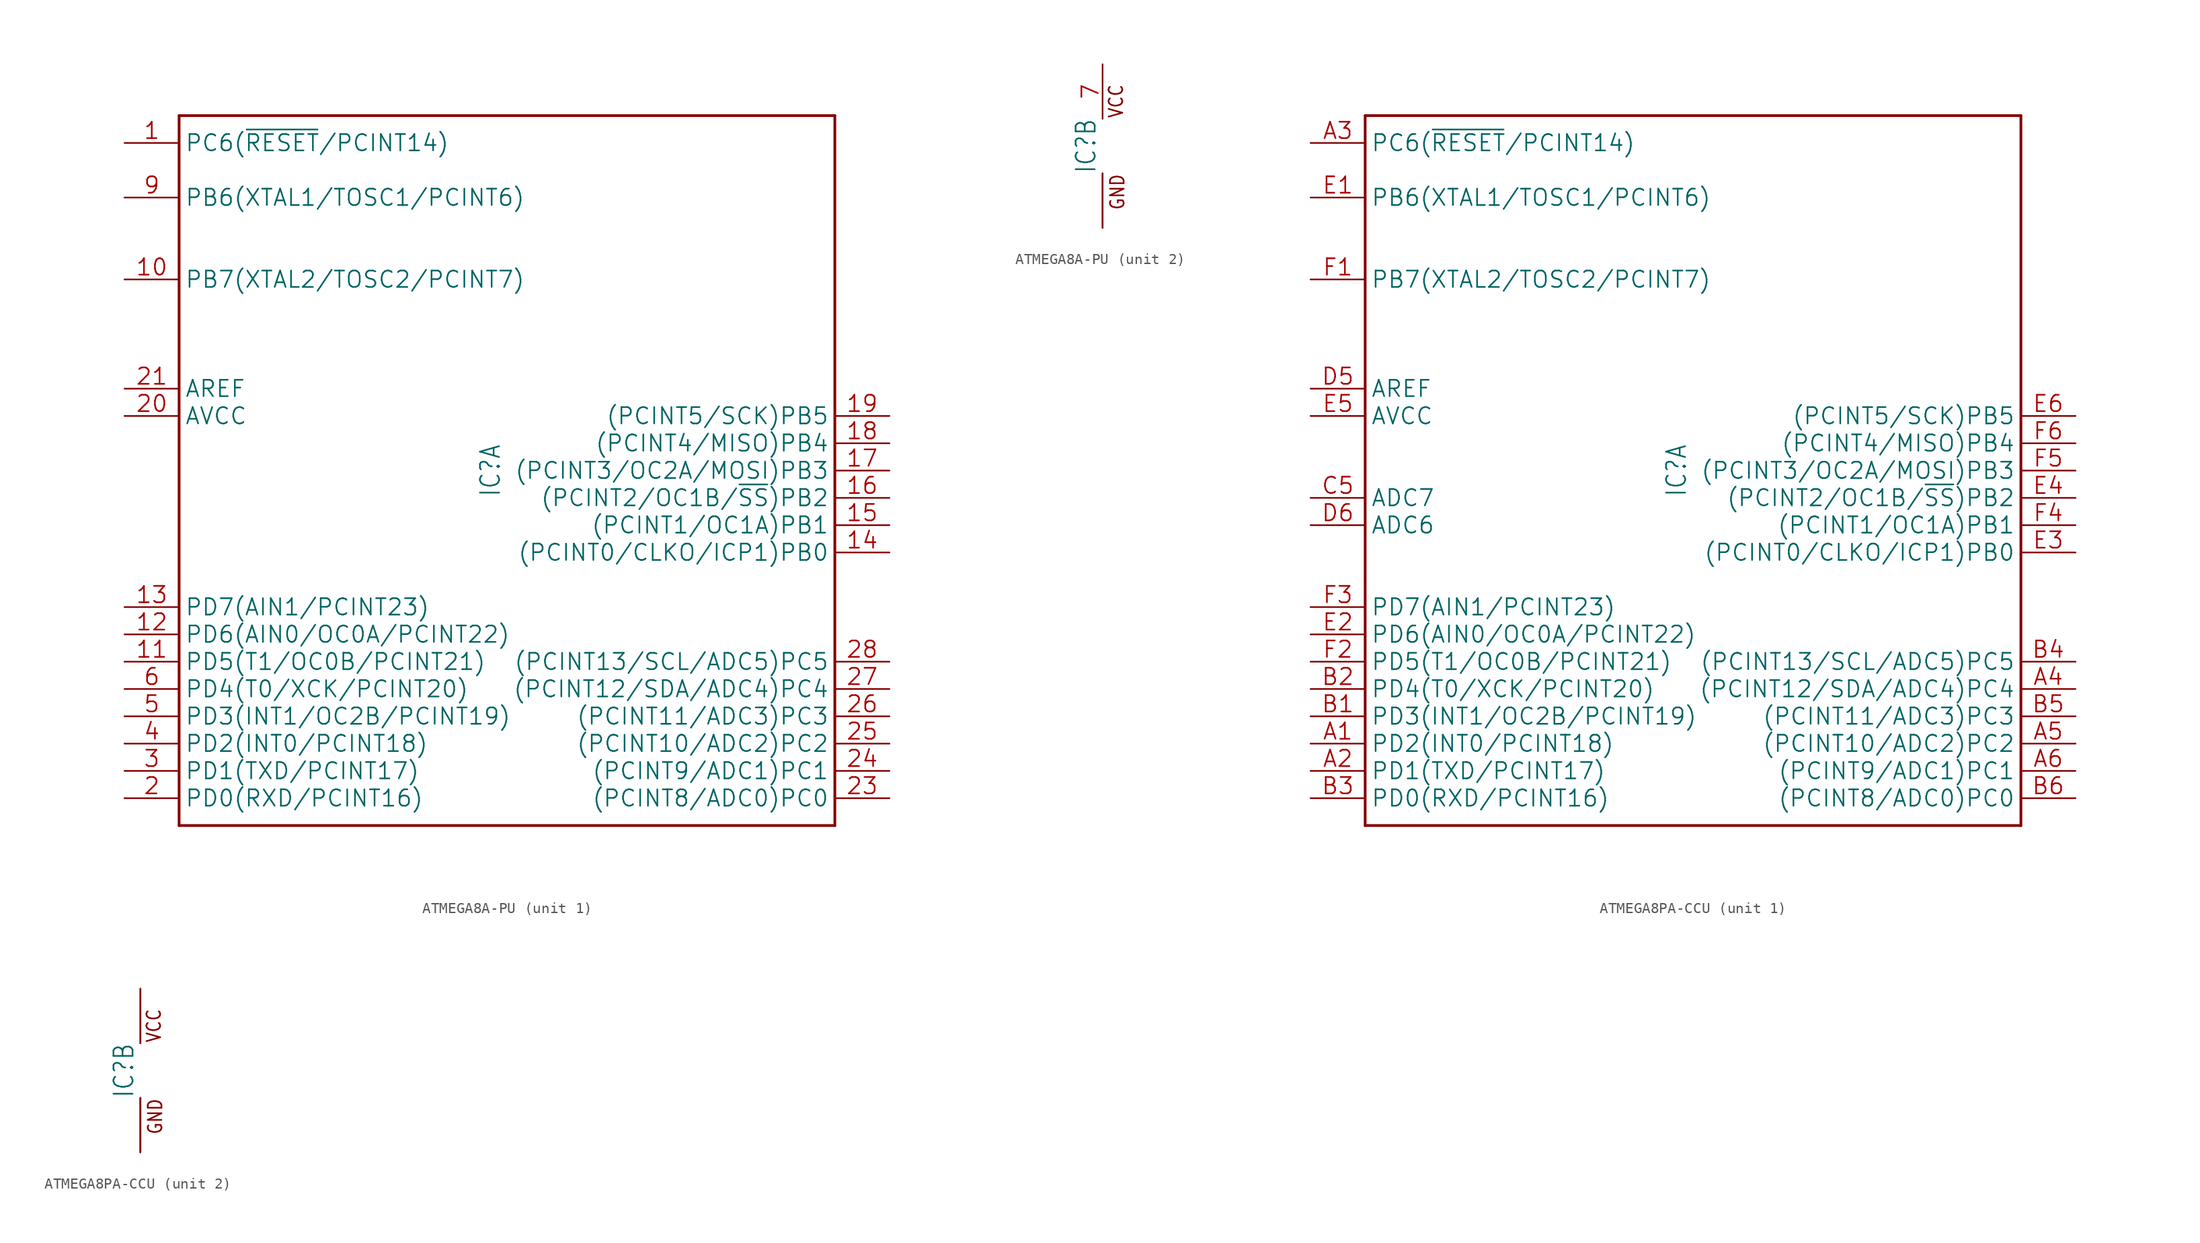
<source format=kicad_sym>
(kicad_symbol_lib
  (version 20241209)
  (generator "kicad_symbol_editor")
  (generator_version "9.0")
  (symbol "ATMEGA8A-PU"
    (property "Reference" "IC"
      (at -0.508 0 90)
      (effects (font (size 1.778 1.511)) (justify bottom)))
    (property "ki_locked" ""
      (at 0 0 0)
      (effects (font (size 1.27 1.27))))
    (symbol "ATMEGA8A-PU_1_0"
      (polyline (pts (xy -30.48 33.02) (xy 30.48 33.02)) (stroke (width 0.254) (type solid)) (fill (type none)))
      (polyline (pts (xy -30.48 -33.02) (xy -30.48 33.02)) (stroke (width 0.254) (type solid)) (fill (type none)))
      (polyline (pts (xy 30.48 33.02) (xy 30.48 -33.02)) (stroke (width 0.254) (type solid)) (fill (type none)))
      (polyline (pts (xy 30.48 -33.02) (xy -30.48 -33.02)) (stroke (width 0.254) (type solid)) (fill (type none)))
      (pin bidirectional line (at -35.56 30.48 0) (length 5.08) (name "PC6(~{RESET}/PCINT14)" (effects (font (size 1.524 1.524)))) (number "1" (effects (font (size 1.524 1.524)))))
      (pin bidirectional line (at -35.56 25.4 0) (length 5.08) (name "PB6(XTAL1/TOSC1/PCINT6)" (effects (font (size 1.524 1.524)))) (number "9" (effects (font (size 1.524 1.524)))))
      (pin bidirectional line (at -35.56 17.78 0) (length 5.08) (name "PB7(XTAL2/TOSC2/PCINT7)" (effects (font (size 1.524 1.524)))) (number "10" (effects (font (size 1.524 1.524)))))
      (pin passive line (at -35.56 7.62 0) (length 5.08) (name "AREF" (effects (font (size 1.524 1.524)))) (number "21" (effects (font (size 1.524 1.524)))))
      (pin power_in line (at -35.56 5.08 0) (length 5.08) (name "AVCC" (effects (font (size 1.524 1.524)))) (number "20" (effects (font (size 1.524 1.524)))))
      (pin bidirectional line (at -35.56 -12.7 0) (length 5.08) (name "PD7(AIN1/PCINT23)" (effects (font (size 1.524 1.524)))) (number "13" (effects (font (size 1.524 1.524)))))
      (pin bidirectional line (at -35.56 -15.24 0) (length 5.08) (name "PD6(AIN0/OC0A/PCINT22)" (effects (font (size 1.524 1.524)))) (number "12" (effects (font (size 1.524 1.524)))))
      (pin bidirectional line (at -35.56 -17.78 0) (length 5.08) (name "PD5(T1/OC0B/PCINT21)" (effects (font (size 1.524 1.524)))) (number "11" (effects (font (size 1.524 1.524)))))
      (pin bidirectional line (at -35.56 -20.32 0) (length 5.08) (name "PD4(T0/XCK/PCINT20)" (effects (font (size 1.524 1.524)))) (number "6" (effects (font (size 1.524 1.524)))))
      (pin bidirectional line (at -35.56 -22.86 0) (length 5.08) (name "PD3(INT1/OC2B/PCINT19)" (effects (font (size 1.524 1.524)))) (number "5" (effects (font (size 1.524 1.524)))))
      (pin bidirectional line (at -35.56 -25.4 0) (length 5.08) (name "PD2(INT0/PCINT18)" (effects (font (size 1.524 1.524)))) (number "4" (effects (font (size 1.524 1.524)))))
      (pin bidirectional line (at -35.56 -27.94 0) (length 5.08) (name "PD1(TXD/PCINT17)" (effects (font (size 1.524 1.524)))) (number "3" (effects (font (size 1.524 1.524)))))
      (pin bidirectional line (at -35.56 -30.48 0) (length 5.08) (name "PD0(RXD/PCINT16)" (effects (font (size 1.524 1.524)))) (number "2" (effects (font (size 1.524 1.524)))))
      (pin bidirectional line (at 35.56 5.08 180) (length 5.08) (name "(PCINT5/SCK)PB5" (effects (font (size 1.524 1.524)))) (number "19" (effects (font (size 1.524 1.524)))))
      (pin bidirectional line (at 35.56 2.54 180) (length 5.08) (name "(PCINT4/MISO)PB4" (effects (font (size 1.524 1.524)))) (number "18" (effects (font (size 1.524 1.524)))))
      (pin bidirectional line (at 35.56 0 180) (length 5.08) (name "(PCINT3/OC2A/MOSI)PB3" (effects (font (size 1.524 1.524)))) (number "17" (effects (font (size 1.524 1.524)))))
      (pin bidirectional line (at 35.56 -2.54 180) (length 5.08) (name "(PCINT2/OC1B/~{SS})PB2" (effects (font (size 1.524 1.524)))) (number "16" (effects (font (size 1.524 1.524)))))
      (pin bidirectional line (at 35.56 -5.08 180) (length 5.08) (name "(PCINT1/OC1A)PB1" (effects (font (size 1.524 1.524)))) (number "15" (effects (font (size 1.524 1.524)))))
      (pin bidirectional line (at 35.56 -7.62 180) (length 5.08) (name "(PCINT0/CLKO/ICP1)PB0" (effects (font (size 1.524 1.524)))) (number "14" (effects (font (size 1.524 1.524)))))
      (pin bidirectional line (at 35.56 -17.78 180) (length 5.08) (name "(PCINT13/SCL/ADC5)PC5" (effects (font (size 1.524 1.524)))) (number "28" (effects (font (size 1.524 1.524)))))
      (pin bidirectional line (at 35.56 -20.32 180) (length 5.08) (name "(PCINT12/SDA/ADC4)PC4" (effects (font (size 1.524 1.524)))) (number "27" (effects (font (size 1.524 1.524)))))
      (pin bidirectional line (at 35.56 -22.86 180) (length 5.08) (name "(PCINT11/ADC3)PC3" (effects (font (size 1.524 1.524)))) (number "26" (effects (font (size 1.524 1.524)))))
      (pin bidirectional line (at 35.56 -25.4 180) (length 5.08) (name "(PCINT10/ADC2)PC2" (effects (font (size 1.524 1.524)))) (number "25" (effects (font (size 1.524 1.524)))))
      (pin bidirectional line (at 35.56 -27.94 180) (length 5.08) (name "(PCINT9/ADC1)PC1" (effects (font (size 1.524 1.524)))) (number "24" (effects (font (size 1.524 1.524)))))
      (pin bidirectional line (at 35.56 -30.48 180) (length 5.08) (name "(PCINT8/ADC0)PC0" (effects (font (size 1.524 1.524)))) (number "23" (effects (font (size 1.524 1.524))))))
    (symbol "ATMEGA8A-PU_2_0"
      (text "VCC" (at 0.508 2.54 900) (effects (font (size 1.27 1.079)) (justify left top)))
      (text "GND" (at 0.635 -2.54 900) (effects (font (size 1.27 1.079)) (justify right top)))
      (pin power_in line (at 0 7.62 270) (length 5.08) (name "VCC" (effects (font (size 0 0)))) (number "7" (effects (font (size 1.524 1.524)))))
      (pin power_in line (at 0 -7.62 90) (length 5.08) (name "GND" (effects (font (size 0 0)))) (number "22" (effects (font (size 0 0)))))
      (pin power_in line (at 0 -7.62 90) (length 5.08) (name "GND" (effects (font (size 0 0)))) (number "8" (effects (font (size 0 0)))))))
  (symbol "ATMEGA8PA-CCU"
    (property "Reference" "IC"
      (at -0.508 0 90)
      (effects (font (size 1.778 1.511)) (justify bottom)))
    (property "ki_locked" ""
      (at 0 0 0)
      (effects (font (size 1.27 1.27))))
    (symbol "ATMEGA8PA-CCU_1_0"
      (polyline (pts (xy -30.48 33.02) (xy 30.48 33.02)) (stroke (width 0.254) (type solid)) (fill (type none)))
      (polyline (pts (xy -30.48 -33.02) (xy -30.48 33.02)) (stroke (width 0.254) (type solid)) (fill (type none)))
      (polyline (pts (xy 30.48 33.02) (xy 30.48 -33.02)) (stroke (width 0.254) (type solid)) (fill (type none)))
      (polyline (pts (xy 30.48 -33.02) (xy -30.48 -33.02)) (stroke (width 0.254) (type solid)) (fill (type none)))
      (pin bidirectional line (at -35.56 30.48 0) (length 5.08) (name "PC6(~{RESET}/PCINT14)" (effects (font (size 1.524 1.524)))) (number "A3" (effects (font (size 1.524 1.524)))))
      (pin bidirectional line (at -35.56 25.4 0) (length 5.08) (name "PB6(XTAL1/TOSC1/PCINT6)" (effects (font (size 1.524 1.524)))) (number "E1" (effects (font (size 1.524 1.524)))))
      (pin bidirectional line (at -35.56 17.78 0) (length 5.08) (name "PB7(XTAL2/TOSC2/PCINT7)" (effects (font (size 1.524 1.524)))) (number "F1" (effects (font (size 1.524 1.524)))))
      (pin passive line (at -35.56 7.62 0) (length 5.08) (name "AREF" (effects (font (size 1.524 1.524)))) (number "D5" (effects (font (size 1.524 1.524)))))
      (pin power_in line (at -35.56 5.08 0) (length 5.08) (name "AVCC" (effects (font (size 1.524 1.524)))) (number "E5" (effects (font (size 1.524 1.524)))))
      (pin bidirectional line (at -35.56 -2.54 0) (length 5.08) (name "ADC7" (effects (font (size 1.524 1.524)))) (number "C5" (effects (font (size 1.524 1.524)))))
      (pin bidirectional line (at -35.56 -5.08 0) (length 5.08) (name "ADC6" (effects (font (size 1.524 1.524)))) (number "D6" (effects (font (size 1.524 1.524)))))
      (pin bidirectional line (at -35.56 -12.7 0) (length 5.08) (name "PD7(AIN1/PCINT23)" (effects (font (size 1.524 1.524)))) (number "F3" (effects (font (size 1.524 1.524)))))
      (pin bidirectional line (at -35.56 -15.24 0) (length 5.08) (name "PD6(AIN0/OC0A/PCINT22)" (effects (font (size 1.524 1.524)))) (number "E2" (effects (font (size 1.524 1.524)))))
      (pin bidirectional line (at -35.56 -17.78 0) (length 5.08) (name "PD5(T1/OC0B/PCINT21)" (effects (font (size 1.524 1.524)))) (number "F2" (effects (font (size 1.524 1.524)))))
      (pin bidirectional line (at -35.56 -20.32 0) (length 5.08) (name "PD4(T0/XCK/PCINT20)" (effects (font (size 1.524 1.524)))) (number "B2" (effects (font (size 1.524 1.524)))))
      (pin bidirectional line (at -35.56 -22.86 0) (length 5.08) (name "PD3(INT1/OC2B/PCINT19)" (effects (font (size 1.524 1.524)))) (number "B1" (effects (font (size 1.524 1.524)))))
      (pin bidirectional line (at -35.56 -25.4 0) (length 5.08) (name "PD2(INT0/PCINT18)" (effects (font (size 1.524 1.524)))) (number "A1" (effects (font (size 1.524 1.524)))))
      (pin bidirectional line (at -35.56 -27.94 0) (length 5.08) (name "PD1(TXD/PCINT17)" (effects (font (size 1.524 1.524)))) (number "A2" (effects (font (size 1.524 1.524)))))
      (pin bidirectional line (at -35.56 -30.48 0) (length 5.08) (name "PD0(RXD/PCINT16)" (effects (font (size 1.524 1.524)))) (number "B3" (effects (font (size 1.524 1.524)))))
      (pin bidirectional line (at 35.56 5.08 180) (length 5.08) (name "(PCINT5/SCK)PB5" (effects (font (size 1.524 1.524)))) (number "E6" (effects (font (size 1.524 1.524)))))
      (pin bidirectional line (at 35.56 2.54 180) (length 5.08) (name "(PCINT4/MISO)PB4" (effects (font (size 1.524 1.524)))) (number "F6" (effects (font (size 1.524 1.524)))))
      (pin bidirectional line (at 35.56 0 180) (length 5.08) (name "(PCINT3/OC2A/MOSI)PB3" (effects (font (size 1.524 1.524)))) (number "F5" (effects (font (size 1.524 1.524)))))
      (pin bidirectional line (at 35.56 -2.54 180) (length 5.08) (name "(PCINT2/OC1B/~{SS})PB2" (effects (font (size 1.524 1.524)))) (number "E4" (effects (font (size 1.524 1.524)))))
      (pin bidirectional line (at 35.56 -5.08 180) (length 5.08) (name "(PCINT1/OC1A)PB1" (effects (font (size 1.524 1.524)))) (number "F4" (effects (font (size 1.524 1.524)))))
      (pin bidirectional line (at 35.56 -7.62 180) (length 5.08) (name "(PCINT0/CLKO/ICP1)PB0" (effects (font (size 1.524 1.524)))) (number "E3" (effects (font (size 1.524 1.524)))))
      (pin bidirectional line (at 35.56 -17.78 180) (length 5.08) (name "(PCINT13/SCL/ADC5)PC5" (effects (font (size 1.524 1.524)))) (number "B4" (effects (font (size 1.524 1.524)))))
      (pin bidirectional line (at 35.56 -20.32 180) (length 5.08) (name "(PCINT12/SDA/ADC4)PC4" (effects (font (size 1.524 1.524)))) (number "A4" (effects (font (size 1.524 1.524)))))
      (pin bidirectional line (at 35.56 -22.86 180) (length 5.08) (name "(PCINT11/ADC3)PC3" (effects (font (size 1.524 1.524)))) (number "B5" (effects (font (size 1.524 1.524)))))
      (pin bidirectional line (at 35.56 -25.4 180) (length 5.08) (name "(PCINT10/ADC2)PC2" (effects (font (size 1.524 1.524)))) (number "A5" (effects (font (size 1.524 1.524)))))
      (pin bidirectional line (at 35.56 -27.94 180) (length 5.08) (name "(PCINT9/ADC1)PC1" (effects (font (size 1.524 1.524)))) (number "A6" (effects (font (size 1.524 1.524)))))
      (pin bidirectional line (at 35.56 -30.48 180) (length 5.08) (name "(PCINT8/ADC0)PC0" (effects (font (size 1.524 1.524)))) (number "B6" (effects (font (size 1.524 1.524))))))
    (symbol "ATMEGA8PA-CCU_2_0"
      (text "VCC" (at 0.508 2.54 900) (effects (font (size 1.27 1.079)) (justify left top)))
      (text "GND" (at 0.635 -2.54 900) (effects (font (size 1.27 1.079)) (justify right top)))
      (pin power_in line (at 0 7.62 270) (length 5.08) (name "VCC" (effects (font (size 0 0)))) (number "D1" (effects (font (size 0 0)))))
      (pin power_in line (at 0 7.62 270) (length 5.08) (name "VCC" (effects (font (size 0 0)))) (number "D2" (effects (font (size 0 0)))))
      (pin power_in line (at 0 -7.62 90) (length 5.08) (name "GND" (effects (font (size 0 0)))) (number "C1" (effects (font (size 0 0)))))
      (pin power_in line (at 0 -7.62 90) (length 5.08) (name "GND" (effects (font (size 0 0)))) (number "C2" (effects (font (size 0 0)))))
      (pin power_in line (at 0 -7.62 90) (length 5.08) (name "GND" (effects (font (size 0 0)))) (number "C6" (effects (font (size 0 0))))))))
</source>
